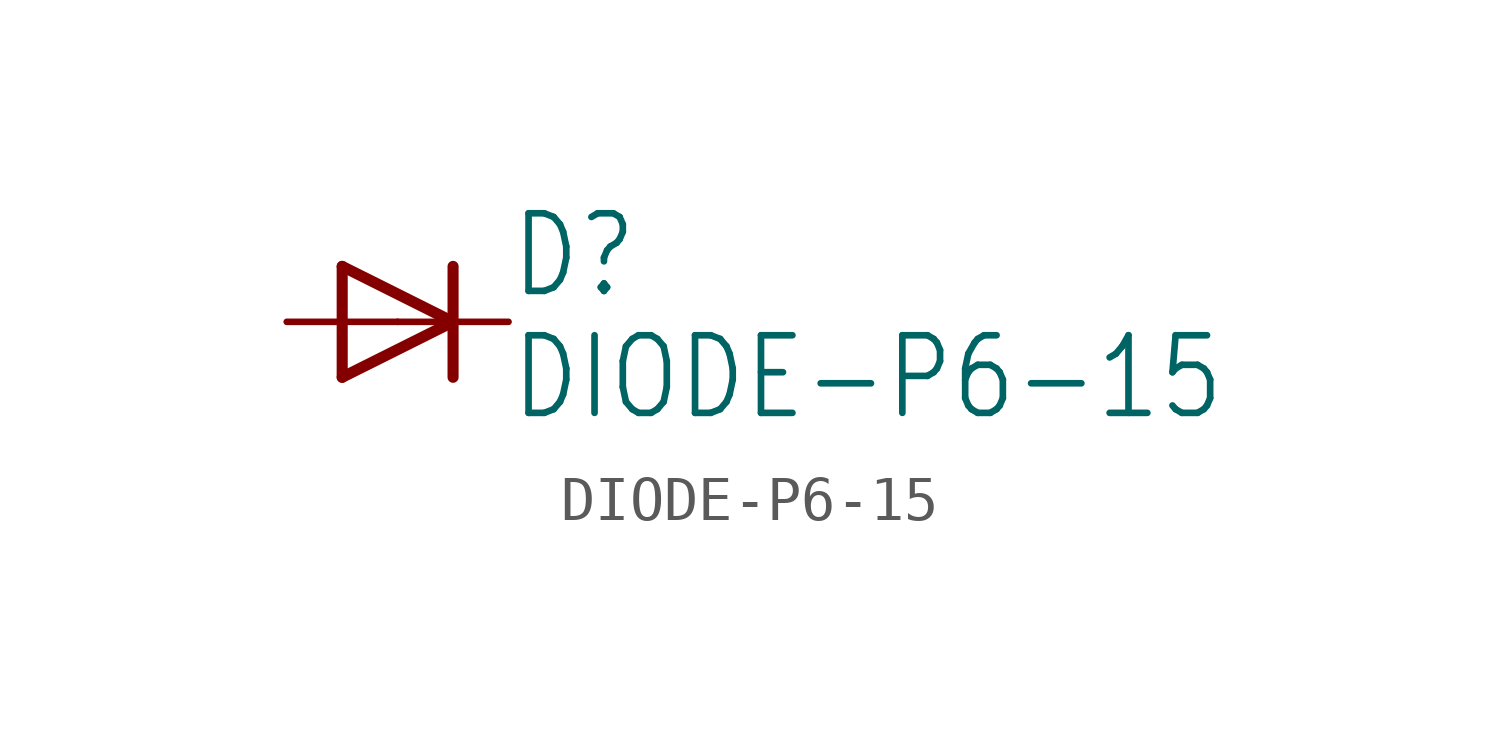
<source format=kicad_sym>
(kicad_symbol_lib
  (version 20211014)
  (generator kicad_symbol_editor)
  (symbol "DIODE-P6-15"
    (property "Reference" "D"
      (at 2.54 0.483 0)
      (effects (font (size 1.778 1.511)) (justify left bottom)))
    (property "Value" "DIODE-P6-15"
      (at 2.54 -2.311 0)
      (effects (font (size 1.778 1.511)) (justify left bottom)))
    (property "ki_locked" ""
      (at 0 0 0)
      (effects (font (size 1.27 1.27))))
    (symbol "DIODE-P6-15_1_0"
      (polyline (pts (xy -1.27 -1.27) (xy 1.27 0)) (stroke (width 0.254) (type default) (color 0 0 0 0)) (fill (type none)))
      (polyline (pts (xy -1.27 1.27) (xy -1.27 -1.27)) (stroke (width 0.254) (type default) (color 0 0 0 0)) (fill (type none)))
      (polyline (pts (xy 1.27 0) (xy -1.27 1.27)) (stroke (width 0.254) (type default) (color 0 0 0 0)) (fill (type none)))
      (polyline (pts (xy 1.27 0) (xy 1.27 -1.27)) (stroke (width 0.254) (type default) (color 0 0 0 0)) (fill (type none)))
      (polyline (pts (xy 1.27 1.27) (xy 1.27 0)) (stroke (width 0.254) (type default) (color 0 0 0 0)) (fill (type none)))
      (pin passive line (at -2.54 0 0) (length 2.54) (name "A" (effects (font (size 0 0)))) (number "A" (effects (font (size 0 0)))))
      (pin passive line (at 2.54 0 180) (length 2.54) (name "C" (effects (font (size 0 0)))) (number "C" (effects (font (size 0 0))))))))
</source>
